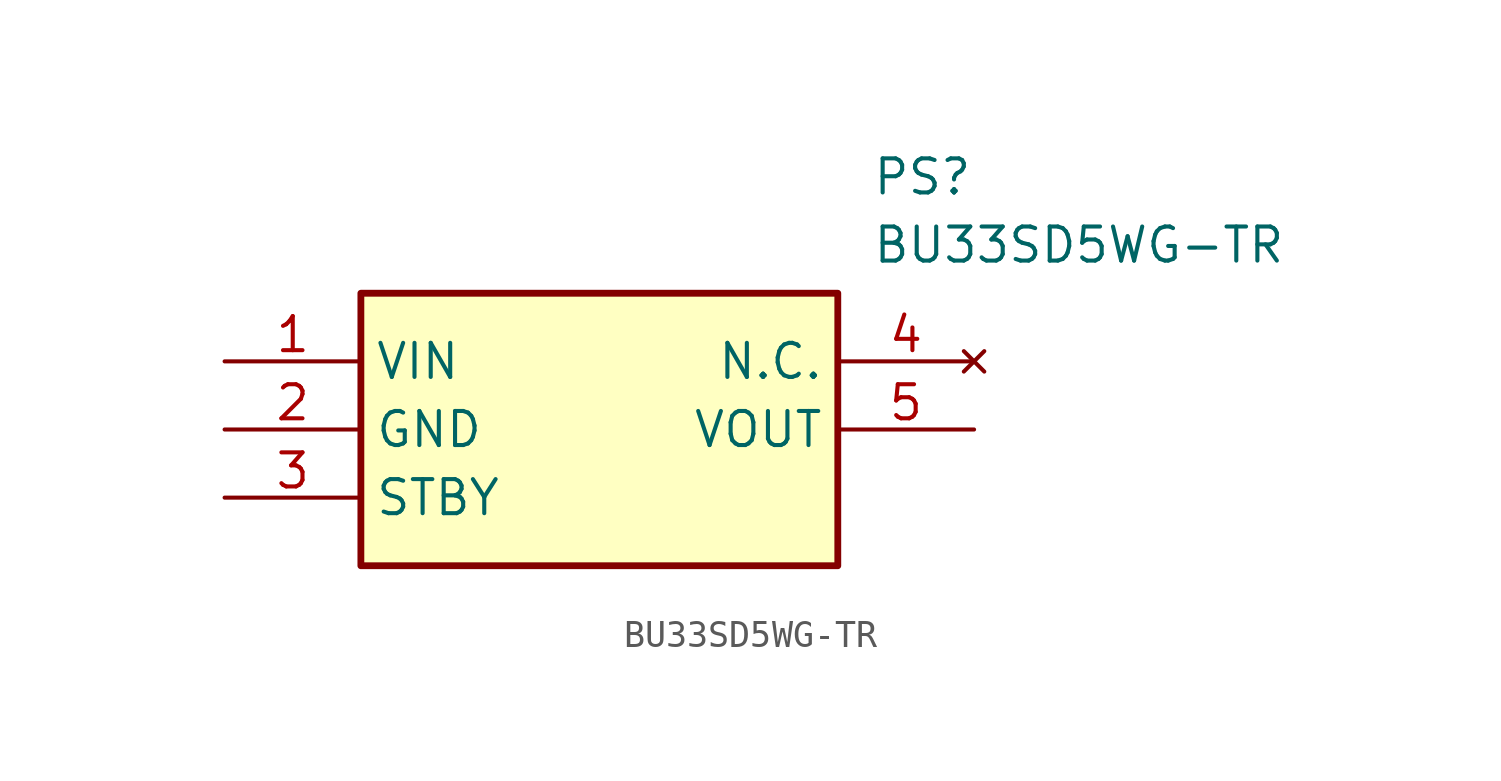
<source format=kicad_sym>
(kicad_symbol_lib
  (version 20241209)
  (generator "kicad_symbol_editor")
  (generator_version "9.0")
  (symbol "BU33SD5WG-TR"
    (property "Reference" "PS"
      (at 24.13 7.62 0)
      (effects (font (size 1.27 1.27)) (justify left top)))
    (property "Value" "BU33SD5WG-TR"
      (at 24.13 5.08 0)
      (effects (font (size 1.27 1.27)) (justify left top)))
    (symbol "BU33SD5WG-TR_1_1"
      (rectangle (start 5.08 2.54) (end 22.86 -7.62) (stroke (width 0.254) (type default)) (fill (type background)))
      (pin passive line (at 0 0 0) (length 5.08) (name "VIN" (effects (font (size 1.27 1.27)))) (number "1" (effects (font (size 1.27 1.27)))))
      (pin passive line (at 0 -2.54 0) (length 5.08) (name "GND" (effects (font (size 1.27 1.27)))) (number "2" (effects (font (size 1.27 1.27)))))
      (pin passive line (at 0 -5.08 0) (length 5.08) (name "STBY" (effects (font (size 1.27 1.27)))) (number "3" (effects (font (size 1.27 1.27)))))
      (pin no_connect line (at 27.94 0 180) (length 5.08) (name "N.C." (effects (font (size 1.27 1.27)))) (number "4" (effects (font (size 1.27 1.27)))))
      (pin passive line (at 27.94 -2.54 180) (length 5.08) (name "VOUT" (effects (font (size 1.27 1.27)))) (number "5" (effects (font (size 1.27 1.27))))))))
</source>
